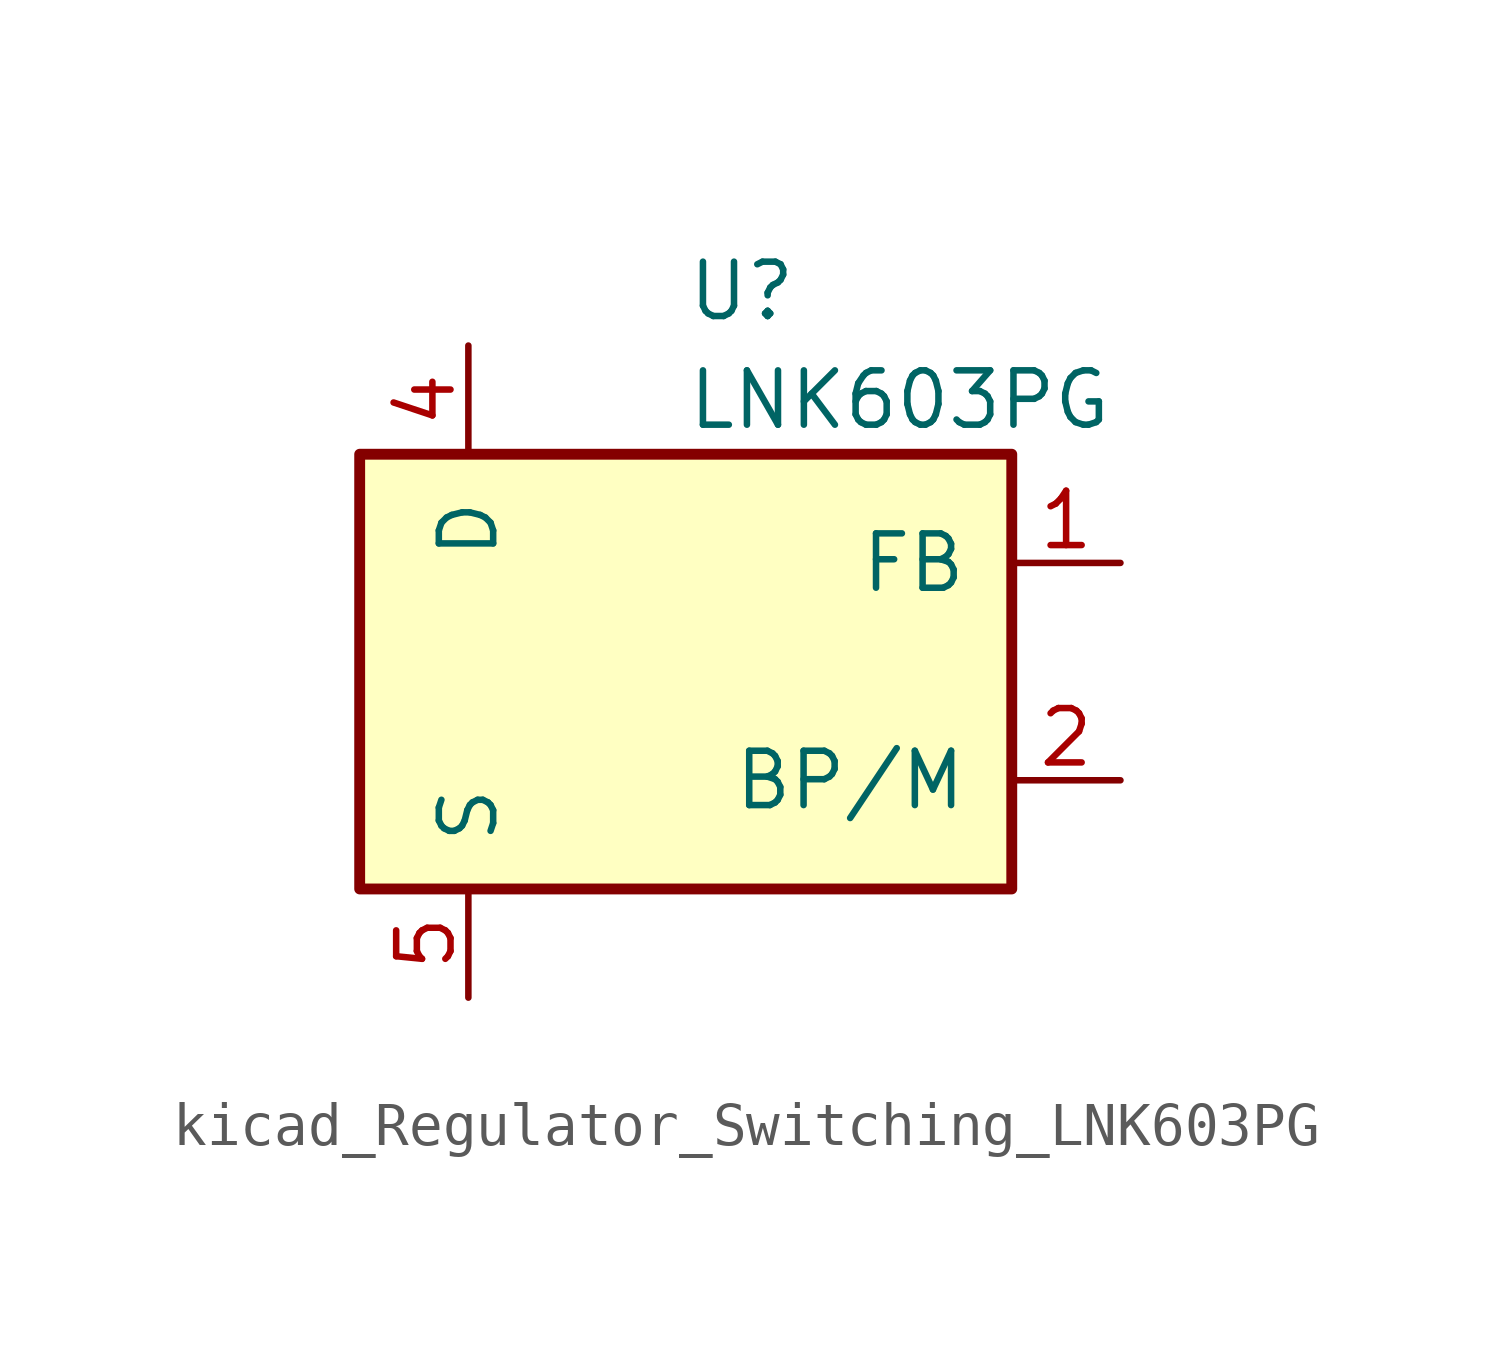
<source format=kicad_sym>
(kicad_symbol_lib
  (version 20220914)
  (generator kicad_symbol_editor)
  (symbol "kicad_Regulator_Switching_LNK603PG"
    (pin_names
      (offset 1.016))
    (property "Reference" "U"
      (at 0 8.89 0)
      (effects (font (size 1.27 1.27)) (justify left)))
    (property "Value" "LNK603PG"
      (at 0 6.35 0)
      (effects (font (size 1.27 1.27)) (justify left)))
    (symbol "kicad_Regulator_Switching_LNK603PG_0_1"
      (rectangle (start -7.62 5.08) (end 7.62 -5.08) (stroke (width 0.254) (type default)) (fill (type background))))
    (symbol "kicad_Regulator_Switching_LNK603PG_1_1"
      (pin input line (at 10.16 2.54 180) (length 2.54) (name "FB" (effects (font (size 1.27 1.27)))) (number "1" (effects (font (size 1.27 1.27)))))
      (pin input line (at 10.16 -2.54 180) (length 2.54) (name "BP/M" (effects (font (size 1.27 1.27)))) (number "2" (effects (font (size 1.27 1.27)))))
      (pin open_collector line (at -5.08 7.62 270) (length 2.54) (name "D" (effects (font (size 1.27 1.27)))) (number "4" (effects (font (size 1.27 1.27)))))
      (pin power_in line (at -5.08 -7.62 90) (length 2.54) (name "S" (effects (font (size 1.27 1.27)))) (number "5" (effects (font (size 1.27 1.27)))))
      (pin passive line (at -5.08 -7.62 90) (length 2.54) hide (name "S" (effects (font (size 1.27 1.27)))) (number "6" (effects (font (size 1.27 1.27)))))
      (pin passive line (at -5.08 -7.62 90) (length 2.54) hide (name "S" (effects (font (size 1.27 1.27)))) (number "7" (effects (font (size 1.27 1.27)))))
      (pin passive line (at -5.08 -7.62 90) (length 2.54) hide (name "S" (effects (font (size 1.27 1.27)))) (number "8" (effects (font (size 1.27 1.27))))))))
</source>
